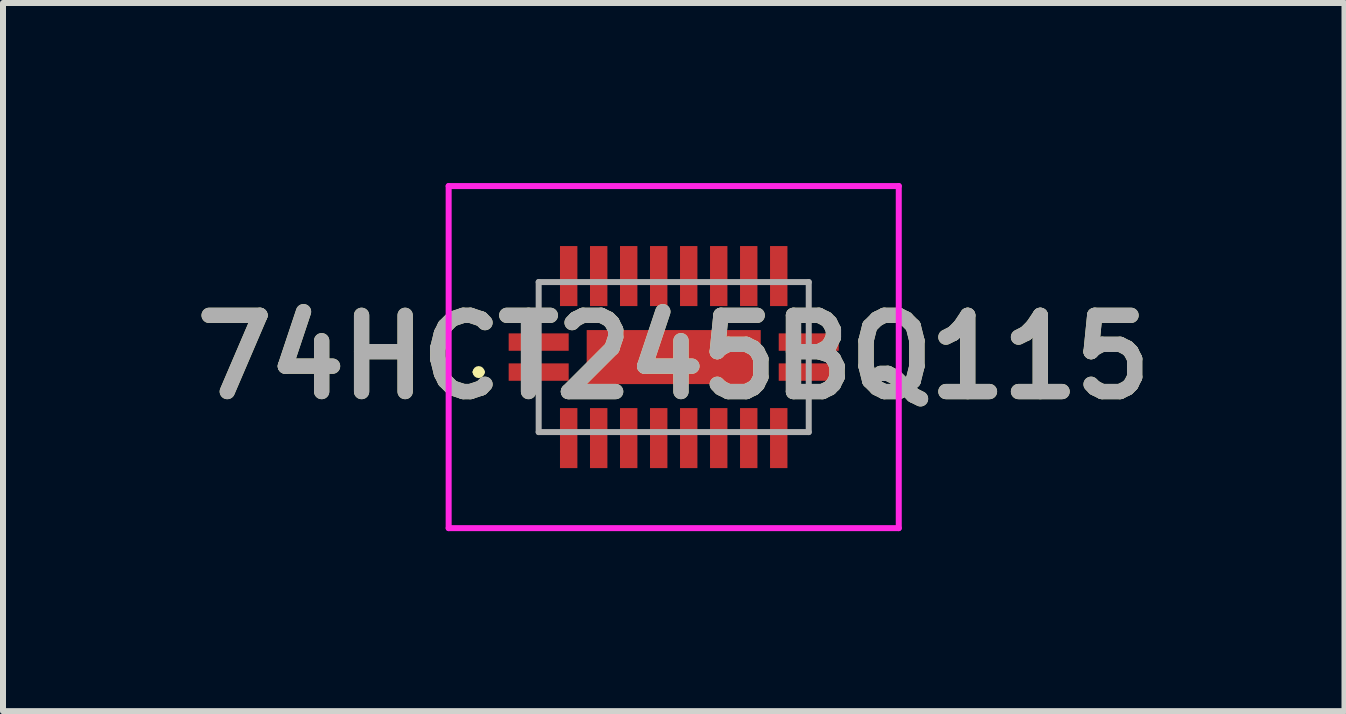
<source format=kicad_pcb>
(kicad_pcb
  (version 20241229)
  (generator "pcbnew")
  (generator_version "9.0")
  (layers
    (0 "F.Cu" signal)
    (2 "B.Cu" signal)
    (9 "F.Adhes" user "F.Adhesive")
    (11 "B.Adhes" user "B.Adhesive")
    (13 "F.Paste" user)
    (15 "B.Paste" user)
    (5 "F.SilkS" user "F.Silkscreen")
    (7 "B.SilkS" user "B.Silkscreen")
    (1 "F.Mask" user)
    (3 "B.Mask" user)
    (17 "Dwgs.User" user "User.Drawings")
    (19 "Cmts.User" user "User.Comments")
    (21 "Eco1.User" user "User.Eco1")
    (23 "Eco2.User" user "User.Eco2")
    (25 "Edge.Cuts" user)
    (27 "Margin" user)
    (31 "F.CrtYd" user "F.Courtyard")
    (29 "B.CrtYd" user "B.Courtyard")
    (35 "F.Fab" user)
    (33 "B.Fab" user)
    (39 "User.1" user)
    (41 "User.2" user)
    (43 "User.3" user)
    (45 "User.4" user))
  (footprint "74HCT245BQ115"
    (layer "F.Cu")
    (at 8.176 2.9)
    (property "Reference" "74HCT245BQ115" (at 0 0 0) (layer "F.SilkS") (effects (font (size 1.27 1.27) (thickness 0.254))))
    (attr smd)
    (fp_line (start -3.3 0.25) (end -3.3 0.25) (stroke (width 0.1) (type solid)) (layer "F.SilkS"))
    (fp_line (start -3.2 0.25) (end -3.2 0.25) (stroke (width 0.1) (type solid)) (layer "F.SilkS"))
    (fp_arc (start -3.3 0.25) (mid -3.25 0.2) (end -3.2 0.25) (stroke (width 0.1) (type solid)) (layer "F.SilkS"))
    (fp_arc (start -3.2 0.25) (mid -3.25 0.3) (end -3.3 0.25) (stroke (width 0.1) (type solid)) (layer "F.SilkS"))
    (fp_line (start -3.75 -2.85) (end 3.75 -2.85) (stroke (width 0.1) (type solid)) (layer "F.CrtYd"))
    (fp_line (start -3.75 2.85) (end -3.75 -2.85) (stroke (width 0.1) (type solid)) (layer "F.CrtYd"))
    (fp_line (start 3.75 -2.85) (end 3.75 2.85) (stroke (width 0.1) (type solid)) (layer "F.CrtYd"))
    (fp_line (start 3.75 2.85) (end -3.75 2.85) (stroke (width 0.1) (type solid)) (layer "F.CrtYd"))
    (fp_line (start -2.25 -1.25) (end -2.25 1.25) (stroke (width 0.1) (type solid)) (layer "F.Fab"))
    (fp_line (start -2.25 1.25) (end 2.25 1.25) (stroke (width 0.1) (type solid)) (layer "F.Fab"))
    (fp_line (start 2.25 -1.25) (end -2.25 -1.25) (stroke (width 0.1) (type solid)) (layer "F.Fab"))
    (fp_line (start 2.25 1.25) (end 2.25 -1.25) (stroke (width 0.1) (type solid)) (layer "F.Fab"))
    (fp_text user "${REFERENCE}" (at 0 0 0) (layer "F.Fab") (effects (font (size 1.27 1.27) (thickness 0.254))))
    (pad "1" smd rect (at -2.25 0.25 90) (size 0.29 1) (layers "F.Cu" "F.Mask" "F.Paste"))
    (pad "2" smd rect (at -1.75 1.35) (size 0.29 1) (layers "F.Cu" "F.Mask" "F.Paste"))
    (pad "3" smd rect (at -1.25 1.35) (size 0.29 1) (layers "F.Cu" "F.Mask" "F.Paste"))
    (pad "4" smd rect (at -0.75 1.35) (size 0.29 1) (layers "F.Cu" "F.Mask" "F.Paste"))
    (pad "5" smd rect (at -0.25 1.35) (size 0.29 1) (layers "F.Cu" "F.Mask" "F.Paste"))
    (pad "6" smd rect (at 0.25 1.35) (size 0.29 1) (layers "F.Cu" "F.Mask" "F.Paste"))
    (pad "7" smd rect (at 0.75 1.35) (size 0.29 1) (layers "F.Cu" "F.Mask" "F.Paste"))
    (pad "8" smd rect (at 1.25 1.35) (size 0.29 1) (layers "F.Cu" "F.Mask" "F.Paste"))
    (pad "9" smd rect (at 1.75 1.35) (size 0.29 1) (layers "F.Cu" "F.Mask" "F.Paste"))
    (pad "10" smd rect (at 2.25 0.25 90) (size 0.29 1) (layers "F.Cu" "F.Mask" "F.Paste"))
    (pad "11" smd rect (at 2.25 -0.25 90) (size 0.29 1) (layers "F.Cu" "F.Mask" "F.Paste"))
    (pad "12" smd rect (at 1.75 -1.35) (size 0.29 1) (layers "F.Cu" "F.Mask" "F.Paste"))
    (pad "13" smd rect (at 1.25 -1.35) (size 0.29 1) (layers "F.Cu" "F.Mask" "F.Paste"))
    (pad "14" smd rect (at 0.75 -1.35) (size 0.29 1) (layers "F.Cu" "F.Mask" "F.Paste"))
    (pad "15" smd rect (at 0.25 -1.35) (size 0.29 1) (layers "F.Cu" "F.Mask" "F.Paste"))
    (pad "16" smd rect (at -0.25 -1.35) (size 0.29 1) (layers "F.Cu" "F.Mask" "F.Paste"))
    (pad "17" smd rect (at -0.75 -1.35) (size 0.29 1) (layers "F.Cu" "F.Mask" "F.Paste"))
    (pad "18" smd rect (at -1.25 -1.35) (size 0.29 1) (layers "F.Cu" "F.Mask" "F.Paste"))
    (pad "19" smd rect (at -1.75 -1.35) (size 0.29 1) (layers "F.Cu" "F.Mask" "F.Paste"))
    (pad "20" smd rect (at -2.25 -0.25 90) (size 0.29 1) (layers "F.Cu" "F.Mask" "F.Paste"))
    (pad "21" smd rect (at 0 0 90) (size 0.9 2.9) (layers "F.Cu" "F.Mask" "F.Paste")))
  (gr_rect
    (start -3 -3)
    (end 19.353 8.8)
    (stroke (width 0.1) (type default))
    (fill no)
    (layer "Edge.Cuts")))
</source>
